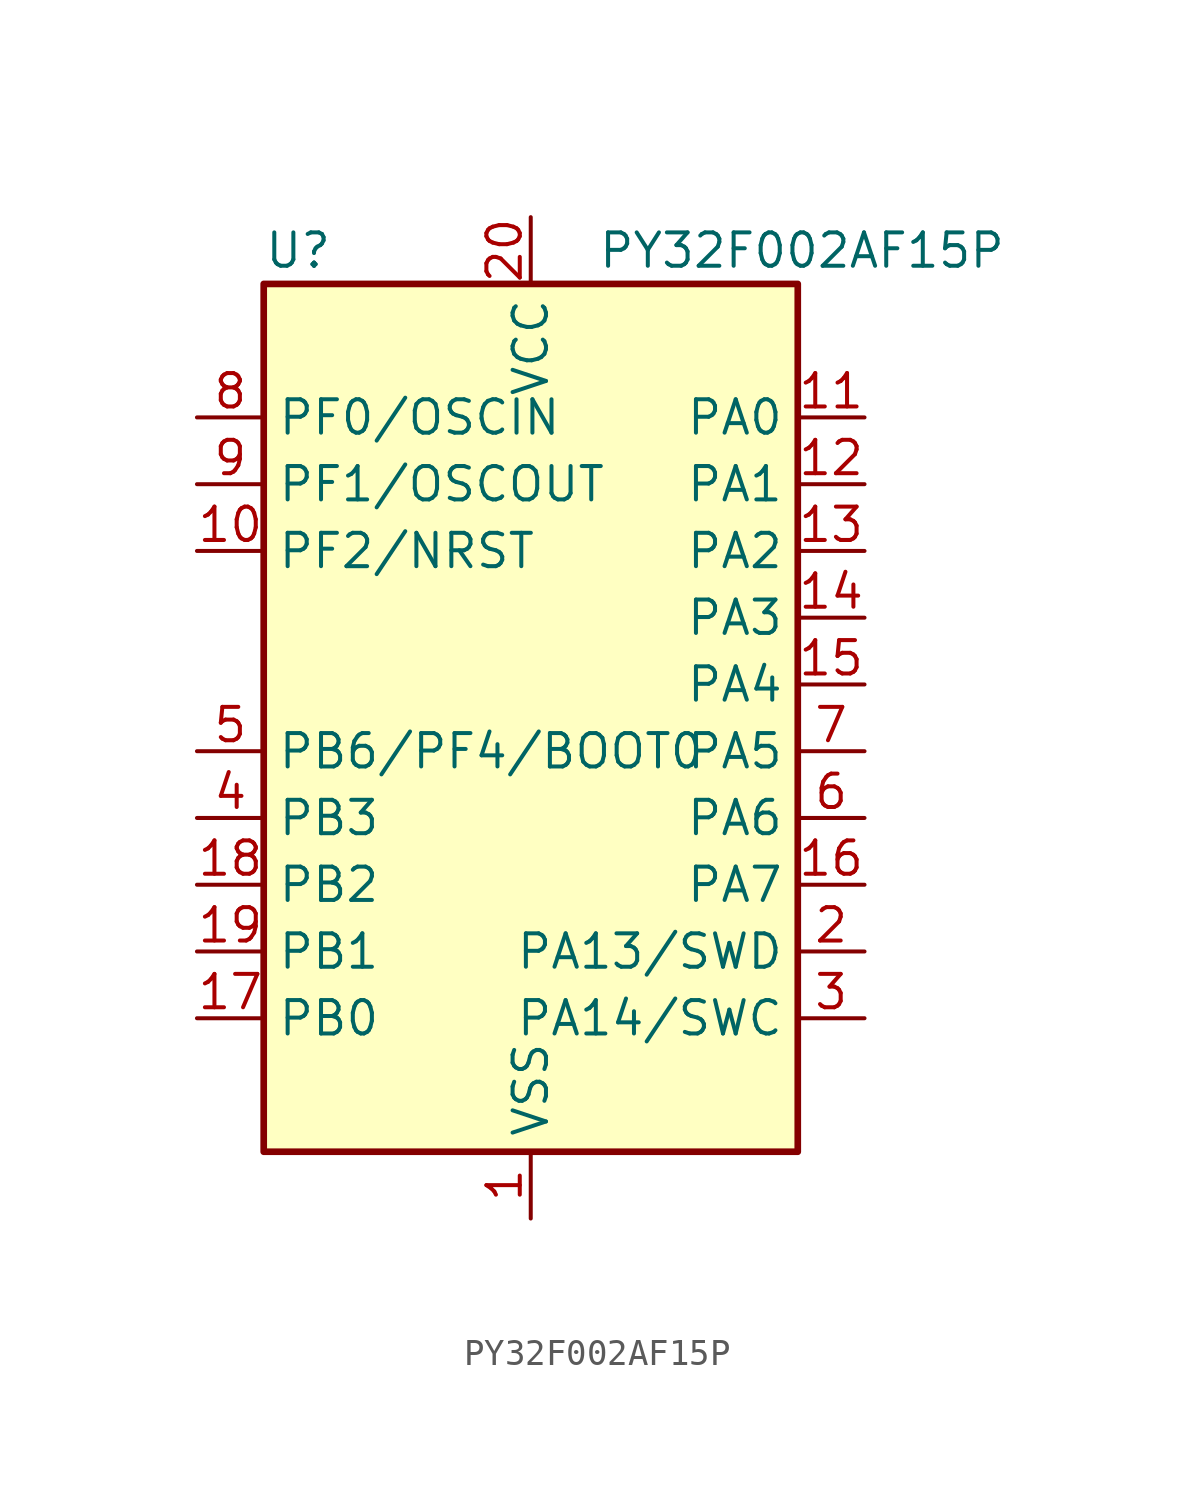
<source format=kicad_sym>
(kicad_symbol_lib
  (version 20241209)
  (generator "kicad_symbol_editor")
  (generator_version "9.0")
  (symbol "PY32F002AF15P"
    (property "Reference" "U"
      (at -10.16 16.51 0)
      (effects (font (size 1.27 1.27)) (justify left)))
    (property "Value" "PY32F002AF15P"
      (at 2.54 16.51 0)
      (effects (font (size 1.27 1.27)) (justify left)))
    (symbol "PY32F002AF15P_0_1"
      (rectangle (start -10.16 15.24) (end 10.16 -17.78) (stroke (width 0.254) (type default)) (fill (type background))))
    (symbol "PY32F002AF15P_1_1"
      (pin bidirectional line (at -12.7 10.16 0) (length 2.54) (name "PF0/OSCIN" (effects (font (size 1.27 1.27)))) (number "8" (effects (font (size 1.27 1.27)))))
      (pin bidirectional line (at -12.7 7.62 0) (length 2.54) (name "PF1/OSCOUT" (effects (font (size 1.27 1.27)))) (number "9" (effects (font (size 1.27 1.27)))))
      (pin bidirectional line (at -12.7 5.08 0) (length 2.54) (name "PF2/NRST" (effects (font (size 1.27 1.27)))) (number "10" (effects (font (size 1.27 1.27)))))
      (pin bidirectional line (at -12.7 -2.54 0) (length 2.54) (name "PB6/PF4/BOOT0" (effects (font (size 1.27 1.27)))) (number "5" (effects (font (size 1.27 1.27)))))
      (pin bidirectional line (at -12.7 -5.08 0) (length 2.54) (name "PB3" (effects (font (size 1.27 1.27)))) (number "4" (effects (font (size 1.27 1.27)))))
      (pin bidirectional line (at -12.7 -7.62 0) (length 2.54) (name "PB2" (effects (font (size 1.27 1.27)))) (number "18" (effects (font (size 1.27 1.27)))))
      (pin bidirectional line (at -12.7 -10.16 0) (length 2.54) (name "PB1" (effects (font (size 1.27 1.27)))) (number "19" (effects (font (size 1.27 1.27)))))
      (pin bidirectional line (at -12.7 -12.7 0) (length 2.54) (name "PB0" (effects (font (size 1.27 1.27)))) (number "17" (effects (font (size 1.27 1.27)))))
      (pin power_in line (at 0 17.78 270) (length 2.54) (name "VCC" (effects (font (size 1.27 1.27)))) (number "20" (effects (font (size 1.27 1.27)))))
      (pin power_in line (at 0 -20.32 90) (length 2.54) (name "VSS" (effects (font (size 1.27 1.27)))) (number "1" (effects (font (size 1.27 1.27)))))
      (pin bidirectional line (at 12.7 10.16 180) (length 2.54) (name "PA0" (effects (font (size 1.27 1.27)))) (number "11" (effects (font (size 1.27 1.27)))))
      (pin bidirectional line (at 12.7 7.62 180) (length 2.54) (name "PA1" (effects (font (size 1.27 1.27)))) (number "12" (effects (font (size 1.27 1.27)))))
      (pin bidirectional line (at 12.7 5.08 180) (length 2.54) (name "PA2" (effects (font (size 1.27 1.27)))) (number "13" (effects (font (size 1.27 1.27)))))
      (pin bidirectional line (at 12.7 2.54 180) (length 2.54) (name "PA3" (effects (font (size 1.27 1.27)))) (number "14" (effects (font (size 1.27 1.27)))))
      (pin bidirectional line (at 12.7 0 180) (length 2.54) (name "PA4" (effects (font (size 1.27 1.27)))) (number "15" (effects (font (size 1.27 1.27)))))
      (pin bidirectional line (at 12.7 -2.54 180) (length 2.54) (name "PA5" (effects (font (size 1.27 1.27)))) (number "7" (effects (font (size 1.27 1.27)))))
      (pin bidirectional line (at 12.7 -5.08 180) (length 2.54) (name "PA6" (effects (font (size 1.27 1.27)))) (number "6" (effects (font (size 1.27 1.27)))))
      (pin bidirectional line (at 12.7 -7.62 180) (length 2.54) (name "PA7" (effects (font (size 1.27 1.27)))) (number "16" (effects (font (size 1.27 1.27)))))
      (pin bidirectional line (at 12.7 -10.16 180) (length 2.54) (name "PA13/SWD" (effects (font (size 1.27 1.27)))) (number "2" (effects (font (size 1.27 1.27)))))
      (pin bidirectional line (at 12.7 -12.7 180) (length 2.54) (name "PA14/SWC" (effects (font (size 1.27 1.27)))) (number "3" (effects (font (size 1.27 1.27))))))))
</source>
